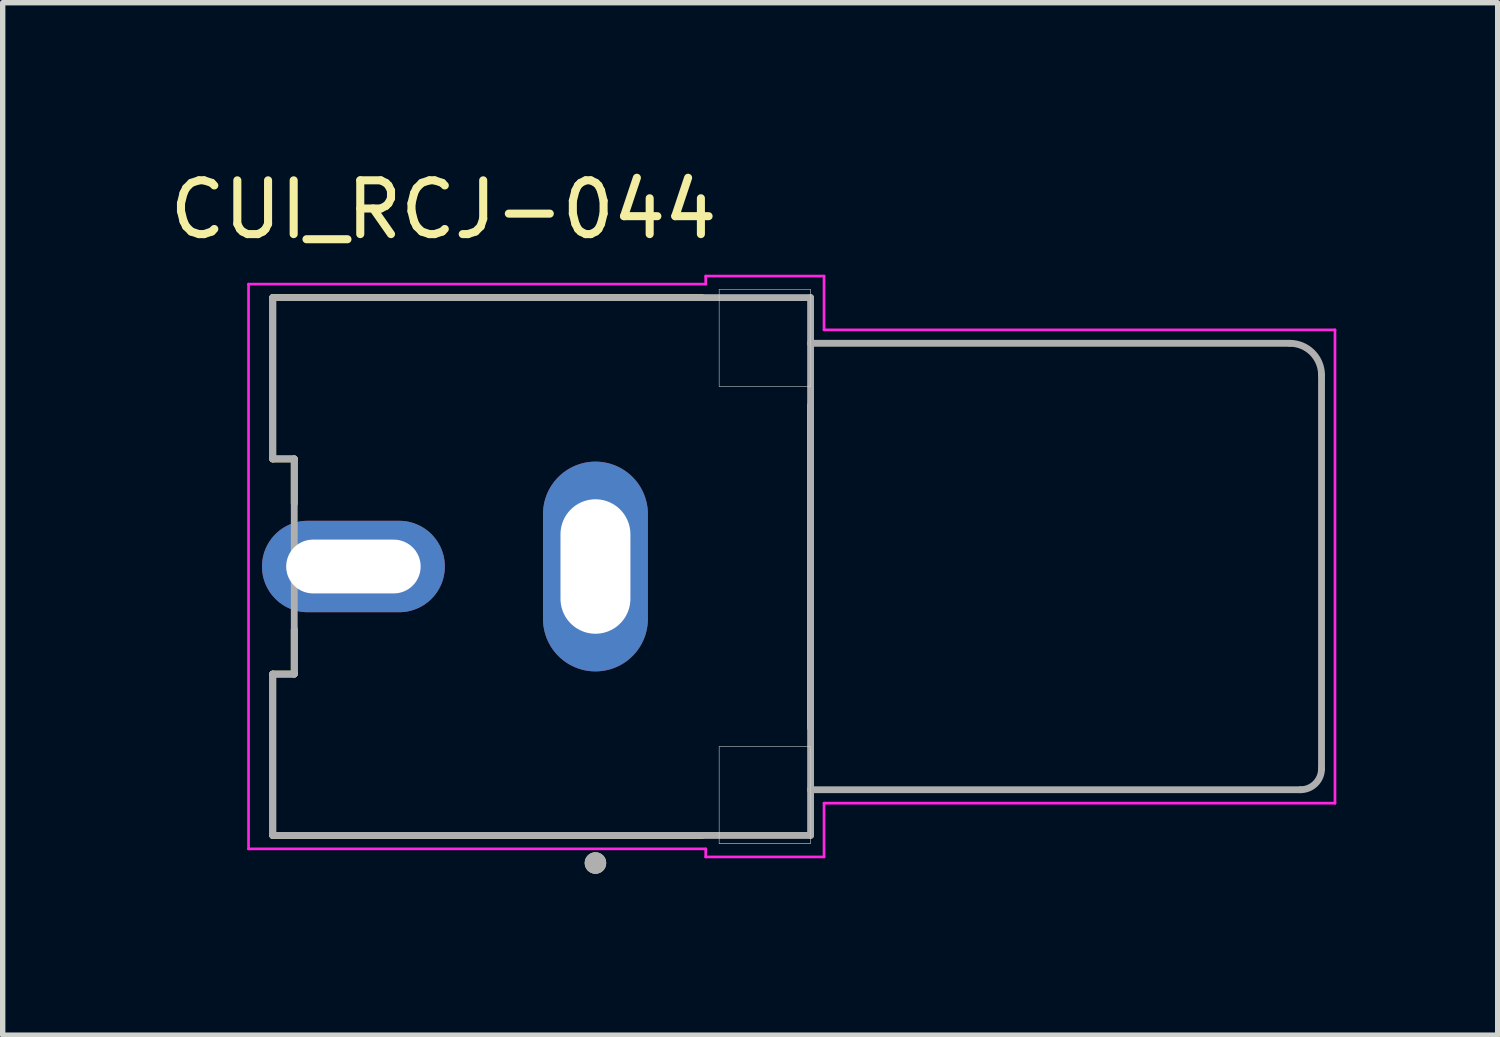
<source format=kicad_pcb>
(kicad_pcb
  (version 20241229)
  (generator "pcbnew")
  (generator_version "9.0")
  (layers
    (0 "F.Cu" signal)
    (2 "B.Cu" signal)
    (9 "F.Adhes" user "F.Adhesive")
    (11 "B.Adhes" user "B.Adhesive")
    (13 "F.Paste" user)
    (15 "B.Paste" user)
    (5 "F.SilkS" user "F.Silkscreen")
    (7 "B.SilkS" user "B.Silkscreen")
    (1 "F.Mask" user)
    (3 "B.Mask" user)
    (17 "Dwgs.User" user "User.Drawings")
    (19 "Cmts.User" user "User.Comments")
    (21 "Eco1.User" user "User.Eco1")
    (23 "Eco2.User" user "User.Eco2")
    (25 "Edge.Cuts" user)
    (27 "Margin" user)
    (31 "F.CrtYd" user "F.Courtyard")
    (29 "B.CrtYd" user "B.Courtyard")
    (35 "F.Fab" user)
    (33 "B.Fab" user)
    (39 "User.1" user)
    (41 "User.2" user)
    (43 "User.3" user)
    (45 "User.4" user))
  (footprint "CUI_RCJ-044"
    (layer "F.Cu")
    (at 8.021 7.483)
    (property "Reference" "CUI_RCJ-044" (at -2.825 -6.635 0) (layer "F.SilkS") (effects (font (size 1 1) (thickness 0.15))))
    (attr through_hole)
    (fp_line (start -6 -5) (end 1.98 -5) (stroke (width 0.127) (type solid)) (layer "F.SilkS"))
    (fp_line (start -6 -2) (end -6 -5) (stroke (width 0.127) (type solid)) (layer "F.SilkS"))
    (fp_line (start -6 2) (end -5.6 2) (stroke (width 0.127) (type solid)) (layer "F.SilkS"))
    (fp_line (start -6 5) (end -6 2) (stroke (width 0.127) (type solid)) (layer "F.SilkS"))
    (fp_line (start -6 5) (end 1.98 5) (stroke (width 0.127) (type solid)) (layer "F.SilkS"))
    (fp_line (start -5.6 -2) (end -6 -2) (stroke (width 0.127) (type solid)) (layer "F.SilkS"))
    (fp_line (start -5.6 -1.17) (end -5.6 -2) (stroke (width 0.127) (type solid)) (layer "F.SilkS"))
    (fp_line (start -5.6 2) (end -5.6 1.17) (stroke (width 0.127) (type solid)) (layer "F.SilkS"))
    (fp_line (start 4 3) (end 4 -3) (stroke (width 0.127) (type solid)) (layer "F.SilkS"))
    (fp_circle (center 0 5.513) (end 0.1 5.513) (stroke (width 0.2) (type solid)) (fill no) (layer "F.SilkS"))
    (fp_line (start 2.3 -5.15) (end 2.3 -3.35) (stroke (width 0.01) (type solid)) (layer "Edge.Cuts"))
    (fp_line (start 2.3 -3.35) (end 4 -3.35) (stroke (width 0.01) (type solid)) (layer "Edge.Cuts"))
    (fp_line (start 2.3 3.35) (end 2.3 5.15) (stroke (width 0.01) (type solid)) (layer "Edge.Cuts"))
    (fp_line (start 2.3 5.15) (end 4 5.15) (stroke (width 0.01) (type solid)) (layer "Edge.Cuts"))
    (fp_line (start 4 -5.15) (end 2.3 -5.15) (stroke (width 0.01) (type solid)) (layer "Edge.Cuts"))
    (fp_line (start 4 -3.35) (end 4 -5.15) (stroke (width 0.01) (type solid)) (layer "Edge.Cuts"))
    (fp_line (start 4 3.35) (end 2.3 3.35) (stroke (width 0.01) (type solid)) (layer "Edge.Cuts"))
    (fp_line (start 4 5.15) (end 4 3.35) (stroke (width 0.01) (type solid)) (layer "Edge.Cuts"))
    (fp_line (start -6.45 -5.25) (end -6.45 5.25) (stroke (width 0.05) (type solid)) (layer "F.CrtYd"))
    (fp_line (start -6.45 5.25) (end 2.05 5.25) (stroke (width 0.05) (type solid)) (layer "F.CrtYd"))
    (fp_line (start 2.05 -5.4) (end 2.05 -5.25) (stroke (width 0.05) (type solid)) (layer "F.CrtYd"))
    (fp_line (start 2.05 -5.25) (end -6.45 -5.25) (stroke (width 0.05) (type solid)) (layer "F.CrtYd"))
    (fp_line (start 2.05 5.25) (end 2.05 5.4) (stroke (width 0.05) (type solid)) (layer "F.CrtYd"))
    (fp_line (start 2.05 5.4) (end 4.25 5.4) (stroke (width 0.05) (type solid)) (layer "F.CrtYd"))
    (fp_line (start 4.25 -5.4) (end 2.05 -5.4) (stroke (width 0.05) (type solid)) (layer "F.CrtYd"))
    (fp_line (start 4.25 -4.4) (end 4.25 -5.4) (stroke (width 0.05) (type solid)) (layer "F.CrtYd"))
    (fp_line (start 4.25 4.4) (end 13.75 4.4) (stroke (width 0.05) (type solid)) (layer "F.CrtYd"))
    (fp_line (start 4.25 5.4) (end 4.25 4.4) (stroke (width 0.05) (type solid)) (layer "F.CrtYd"))
    (fp_line (start 13.75 -4.4) (end 4.25 -4.4) (stroke (width 0.05) (type solid)) (layer "F.CrtYd"))
    (fp_line (start 13.75 4.4) (end 13.75 -4.4) (stroke (width 0.05) (type solid)) (layer "F.CrtYd"))
    (fp_line (start -6 -5) (end 4 -5) (stroke (width 0.127) (type solid)) (layer "F.Fab"))
    (fp_line (start -6 -2) (end -6 -5) (stroke (width 0.127) (type solid)) (layer "F.Fab"))
    (fp_line (start -6 2) (end -5.6 2) (stroke (width 0.127) (type solid)) (layer "F.Fab"))
    (fp_line (start -6 5) (end -6 2) (stroke (width 0.127) (type solid)) (layer "F.Fab"))
    (fp_line (start -5.6 -2) (end -6 -2) (stroke (width 0.127) (type solid)) (layer "F.Fab"))
    (fp_line (start -5.6 2) (end -5.6 -2) (stroke (width 0.127) (type solid)) (layer "F.Fab"))
    (fp_line (start 4 -5) (end 4 -4.15) (stroke (width 0.127) (type solid)) (layer "F.Fab"))
    (fp_line (start 4 -4.15) (end 4 4.15) (stroke (width 0.127) (type solid)) (layer "F.Fab"))
    (fp_line (start 4 -4.15) (end 12.91 -4.15) (stroke (width 0.127) (type solid)) (layer "F.Fab"))
    (fp_line (start 4 4.15) (end 4 5) (stroke (width 0.127) (type solid)) (layer "F.Fab"))
    (fp_line (start 4 5) (end -6 5) (stroke (width 0.127) (type solid)) (layer "F.Fab"))
    (fp_line (start 13.11 4.15) (end 4 4.15) (stroke (width 0.127) (type solid)) (layer "F.Fab"))
    (fp_line (start 13.5 -3.56) (end 13.5 3.76) (stroke (width 0.127) (type solid)) (layer "F.Fab"))
    (fp_arc (start 12.91 -4.15) (mid 13.327193 -3.977193) (end 13.5 -3.56) (stroke (width 0.127) (type solid)) (layer "F.Fab"))
    (fp_arc (start 13.5 3.76) (mid 13.385772 4.035772) (end 13.11 4.15) (stroke (width 0.127) (type solid)) (layer "F.Fab"))
    (fp_circle (center 0 5.513) (end 0.1 5.513) (stroke (width 0.2) (type solid)) (fill no) (layer "F.Fab"))
    (pad "1" thru_hole oval (at 0 0) (size 1.95 3.9) (drill oval 1.3 2.5) (layers "*.Cu" "*.Mask"))
    (pad "2" thru_hole oval (at -4.5 0) (size 3.4 1.7) (drill oval 2.5 1) (layers "*.Cu" "*.Mask")))
  (gr_rect
    (start -3 -3)
    (end 24.796 16.196)
    (stroke (width 0.1) (type default))
    (fill no)
    (layer "Edge.Cuts")))
</source>
